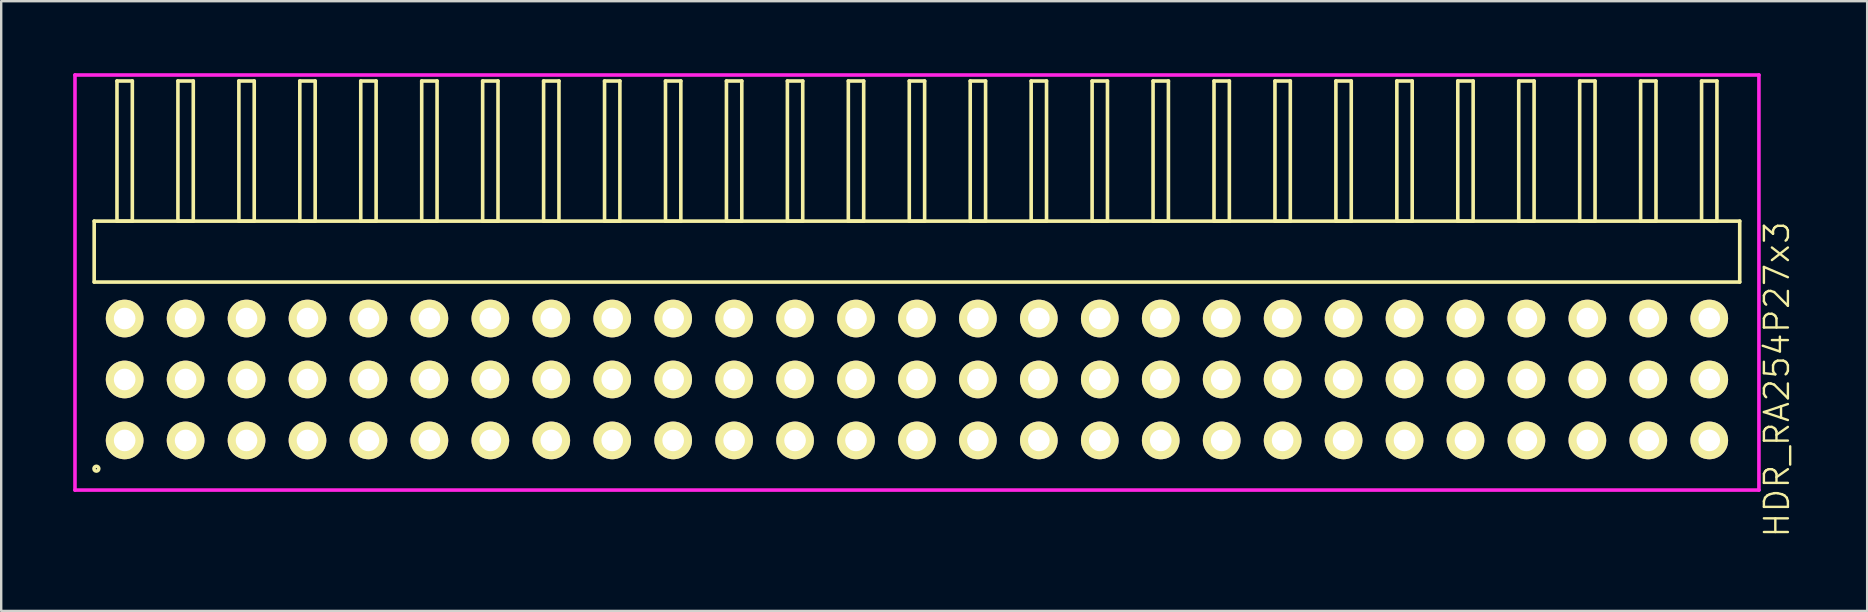
<source format=kicad_pcb>
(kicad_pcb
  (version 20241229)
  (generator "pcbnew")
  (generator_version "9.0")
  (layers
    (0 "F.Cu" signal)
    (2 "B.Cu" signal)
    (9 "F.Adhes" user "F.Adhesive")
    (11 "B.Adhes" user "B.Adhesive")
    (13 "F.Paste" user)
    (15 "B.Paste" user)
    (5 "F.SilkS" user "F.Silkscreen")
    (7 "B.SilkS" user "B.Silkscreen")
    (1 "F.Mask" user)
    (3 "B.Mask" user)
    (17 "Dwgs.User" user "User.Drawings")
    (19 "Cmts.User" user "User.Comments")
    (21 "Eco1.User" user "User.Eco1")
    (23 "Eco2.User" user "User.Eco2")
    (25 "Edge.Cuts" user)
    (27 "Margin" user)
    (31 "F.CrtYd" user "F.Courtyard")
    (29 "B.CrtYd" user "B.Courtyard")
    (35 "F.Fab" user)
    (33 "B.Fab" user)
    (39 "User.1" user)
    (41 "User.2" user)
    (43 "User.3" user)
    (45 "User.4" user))
  (footprint "HDR_RA254P27x3"
    (layer "F.Cu")
    (at 35.165 12.765)
    (property "Reference" "HDR_RA254P27x3" (at 35.84 0 90) (layer "F.SilkS") (effects (font (size 1 1) (thickness 0.1))))
    (attr through_hole)
    (fp_line (start -34.29 -6.6) (end -34.29 -4.06) (stroke (width 0.15) (type solid)) (layer "F.SilkS"))
    (fp_line (start -34.29 -4.06) (end 34.29 -4.06) (stroke (width 0.15) (type solid)) (layer "F.SilkS"))
    (fp_line (start -33.34 -12.44) (end -33.34 -6.6) (stroke (width 0.15) (type solid)) (layer "F.SilkS"))
    (fp_line (start -33.34 -6.6) (end -32.7 -6.6) (stroke (width 0.15) (type solid)) (layer "F.SilkS"))
    (fp_line (start -32.7 -12.44) (end -33.34 -12.44) (stroke (width 0.15) (type solid)) (layer "F.SilkS"))
    (fp_line (start -32.7 -6.6) (end -32.7 -12.44) (stroke (width 0.15) (type solid)) (layer "F.SilkS"))
    (fp_line (start -30.8 -12.44) (end -30.8 -6.6) (stroke (width 0.15) (type solid)) (layer "F.SilkS"))
    (fp_line (start -30.8 -6.6) (end -30.16 -6.6) (stroke (width 0.15) (type solid)) (layer "F.SilkS"))
    (fp_line (start -30.16 -12.44) (end -30.8 -12.44) (stroke (width 0.15) (type solid)) (layer "F.SilkS"))
    (fp_line (start -30.16 -6.6) (end -30.16 -12.44) (stroke (width 0.15) (type solid)) (layer "F.SilkS"))
    (fp_line (start -28.26 -12.44) (end -28.26 -6.6) (stroke (width 0.15) (type solid)) (layer "F.SilkS"))
    (fp_line (start -28.26 -6.6) (end -27.62 -6.6) (stroke (width 0.15) (type solid)) (layer "F.SilkS"))
    (fp_line (start -27.62 -12.44) (end -28.26 -12.44) (stroke (width 0.15) (type solid)) (layer "F.SilkS"))
    (fp_line (start -27.62 -6.6) (end -27.62 -12.44) (stroke (width 0.15) (type solid)) (layer "F.SilkS"))
    (fp_line (start -25.72 -12.44) (end -25.72 -6.6) (stroke (width 0.15) (type solid)) (layer "F.SilkS"))
    (fp_line (start -25.72 -6.6) (end -25.08 -6.6) (stroke (width 0.15) (type solid)) (layer "F.SilkS"))
    (fp_line (start -25.08 -12.44) (end -25.72 -12.44) (stroke (width 0.15) (type solid)) (layer "F.SilkS"))
    (fp_line (start -25.08 -6.6) (end -25.08 -12.44) (stroke (width 0.15) (type solid)) (layer "F.SilkS"))
    (fp_line (start -23.18 -12.44) (end -23.18 -6.6) (stroke (width 0.15) (type solid)) (layer "F.SilkS"))
    (fp_line (start -23.18 -6.6) (end -22.54 -6.6) (stroke (width 0.15) (type solid)) (layer "F.SilkS"))
    (fp_line (start -22.54 -12.44) (end -23.18 -12.44) (stroke (width 0.15) (type solid)) (layer "F.SilkS"))
    (fp_line (start -22.54 -6.6) (end -22.54 -12.44) (stroke (width 0.15) (type solid)) (layer "F.SilkS"))
    (fp_line (start -20.64 -12.44) (end -20.64 -6.6) (stroke (width 0.15) (type solid)) (layer "F.SilkS"))
    (fp_line (start -20.64 -6.6) (end -20 -6.6) (stroke (width 0.15) (type solid)) (layer "F.SilkS"))
    (fp_line (start -20 -12.44) (end -20.64 -12.44) (stroke (width 0.15) (type solid)) (layer "F.SilkS"))
    (fp_line (start -20 -6.6) (end -20 -12.44) (stroke (width 0.15) (type solid)) (layer "F.SilkS"))
    (fp_line (start -18.1 -12.44) (end -18.1 -6.6) (stroke (width 0.15) (type solid)) (layer "F.SilkS"))
    (fp_line (start -18.1 -6.6) (end -17.46 -6.6) (stroke (width 0.15) (type solid)) (layer "F.SilkS"))
    (fp_line (start -17.46 -12.44) (end -18.1 -12.44) (stroke (width 0.15) (type solid)) (layer "F.SilkS"))
    (fp_line (start -17.46 -6.6) (end -17.46 -12.44) (stroke (width 0.15) (type solid)) (layer "F.SilkS"))
    (fp_line (start -15.56 -12.44) (end -15.56 -6.6) (stroke (width 0.15) (type solid)) (layer "F.SilkS"))
    (fp_line (start -15.56 -6.6) (end -14.92 -6.6) (stroke (width 0.15) (type solid)) (layer "F.SilkS"))
    (fp_line (start -14.92 -12.44) (end -15.56 -12.44) (stroke (width 0.15) (type solid)) (layer "F.SilkS"))
    (fp_line (start -14.92 -6.6) (end -14.92 -12.44) (stroke (width 0.15) (type solid)) (layer "F.SilkS"))
    (fp_line (start -13.02 -12.44) (end -13.02 -6.6) (stroke (width 0.15) (type solid)) (layer "F.SilkS"))
    (fp_line (start -13.02 -6.6) (end -12.38 -6.6) (stroke (width 0.15) (type solid)) (layer "F.SilkS"))
    (fp_line (start -12.38 -12.44) (end -13.02 -12.44) (stroke (width 0.15) (type solid)) (layer "F.SilkS"))
    (fp_line (start -12.38 -6.6) (end -12.38 -12.44) (stroke (width 0.15) (type solid)) (layer "F.SilkS"))
    (fp_line (start -10.48 -12.44) (end -10.48 -6.6) (stroke (width 0.15) (type solid)) (layer "F.SilkS"))
    (fp_line (start -10.48 -6.6) (end -9.84 -6.6) (stroke (width 0.15) (type solid)) (layer "F.SilkS"))
    (fp_line (start -9.84 -12.44) (end -10.48 -12.44) (stroke (width 0.15) (type solid)) (layer "F.SilkS"))
    (fp_line (start -9.84 -6.6) (end -9.84 -12.44) (stroke (width 0.15) (type solid)) (layer "F.SilkS"))
    (fp_line (start -7.94 -12.44) (end -7.94 -6.6) (stroke (width 0.15) (type solid)) (layer "F.SilkS"))
    (fp_line (start -7.94 -6.6) (end -7.3 -6.6) (stroke (width 0.15) (type solid)) (layer "F.SilkS"))
    (fp_line (start -7.3 -12.44) (end -7.94 -12.44) (stroke (width 0.15) (type solid)) (layer "F.SilkS"))
    (fp_line (start -7.3 -6.6) (end -7.3 -12.44) (stroke (width 0.15) (type solid)) (layer "F.SilkS"))
    (fp_line (start -5.4 -12.44) (end -5.4 -6.6) (stroke (width 0.15) (type solid)) (layer "F.SilkS"))
    (fp_line (start -5.4 -6.6) (end -4.76 -6.6) (stroke (width 0.15) (type solid)) (layer "F.SilkS"))
    (fp_line (start -4.76 -12.44) (end -5.4 -12.44) (stroke (width 0.15) (type solid)) (layer "F.SilkS"))
    (fp_line (start -4.76 -6.6) (end -4.76 -12.44) (stroke (width 0.15) (type solid)) (layer "F.SilkS"))
    (fp_line (start -2.86 -12.44) (end -2.86 -6.6) (stroke (width 0.15) (type solid)) (layer "F.SilkS"))
    (fp_line (start -2.86 -6.6) (end -2.22 -6.6) (stroke (width 0.15) (type solid)) (layer "F.SilkS"))
    (fp_line (start -2.22 -12.44) (end -2.86 -12.44) (stroke (width 0.15) (type solid)) (layer "F.SilkS"))
    (fp_line (start -2.22 -6.6) (end -2.22 -12.44) (stroke (width 0.15) (type solid)) (layer "F.SilkS"))
    (fp_line (start -0.32 -12.44) (end -0.32 -6.6) (stroke (width 0.15) (type solid)) (layer "F.SilkS"))
    (fp_line (start -0.32 -6.6) (end 0.32 -6.6) (stroke (width 0.15) (type solid)) (layer "F.SilkS"))
    (fp_line (start 0.32 -12.44) (end -0.32 -12.44) (stroke (width 0.15) (type solid)) (layer "F.SilkS"))
    (fp_line (start 0.32 -6.6) (end 0.32 -12.44) (stroke (width 0.15) (type solid)) (layer "F.SilkS"))
    (fp_line (start 2.22 -12.44) (end 2.22 -6.6) (stroke (width 0.15) (type solid)) (layer "F.SilkS"))
    (fp_line (start 2.22 -6.6) (end 2.86 -6.6) (stroke (width 0.15) (type solid)) (layer "F.SilkS"))
    (fp_line (start 2.86 -12.44) (end 2.22 -12.44) (stroke (width 0.15) (type solid)) (layer "F.SilkS"))
    (fp_line (start 2.86 -6.6) (end 2.86 -12.44) (stroke (width 0.15) (type solid)) (layer "F.SilkS"))
    (fp_line (start 4.76 -12.44) (end 4.76 -6.6) (stroke (width 0.15) (type solid)) (layer "F.SilkS"))
    (fp_line (start 4.76 -6.6) (end 5.4 -6.6) (stroke (width 0.15) (type solid)) (layer "F.SilkS"))
    (fp_line (start 5.4 -12.44) (end 4.76 -12.44) (stroke (width 0.15) (type solid)) (layer "F.SilkS"))
    (fp_line (start 5.4 -6.6) (end 5.4 -12.44) (stroke (width 0.15) (type solid)) (layer "F.SilkS"))
    (fp_line (start 7.3 -12.44) (end 7.3 -6.6) (stroke (width 0.15) (type solid)) (layer "F.SilkS"))
    (fp_line (start 7.3 -6.6) (end 7.94 -6.6) (stroke (width 0.15) (type solid)) (layer "F.SilkS"))
    (fp_line (start 7.94 -12.44) (end 7.3 -12.44) (stroke (width 0.15) (type solid)) (layer "F.SilkS"))
    (fp_line (start 7.94 -6.6) (end 7.94 -12.44) (stroke (width 0.15) (type solid)) (layer "F.SilkS"))
    (fp_line (start 9.84 -12.44) (end 9.84 -6.6) (stroke (width 0.15) (type solid)) (layer "F.SilkS"))
    (fp_line (start 9.84 -6.6) (end 10.48 -6.6) (stroke (width 0.15) (type solid)) (layer "F.SilkS"))
    (fp_line (start 10.48 -12.44) (end 9.84 -12.44) (stroke (width 0.15) (type solid)) (layer "F.SilkS"))
    (fp_line (start 10.48 -6.6) (end 10.48 -12.44) (stroke (width 0.15) (type solid)) (layer "F.SilkS"))
    (fp_line (start 12.38 -12.44) (end 12.38 -6.6) (stroke (width 0.15) (type solid)) (layer "F.SilkS"))
    (fp_line (start 12.38 -6.6) (end 13.02 -6.6) (stroke (width 0.15) (type solid)) (layer "F.SilkS"))
    (fp_line (start 13.02 -12.44) (end 12.38 -12.44) (stroke (width 0.15) (type solid)) (layer "F.SilkS"))
    (fp_line (start 13.02 -6.6) (end 13.02 -12.44) (stroke (width 0.15) (type solid)) (layer "F.SilkS"))
    (fp_line (start 14.92 -12.44) (end 14.92 -6.6) (stroke (width 0.15) (type solid)) (layer "F.SilkS"))
    (fp_line (start 14.92 -6.6) (end 15.56 -6.6) (stroke (width 0.15) (type solid)) (layer "F.SilkS"))
    (fp_line (start 15.56 -12.44) (end 14.92 -12.44) (stroke (width 0.15) (type solid)) (layer "F.SilkS"))
    (fp_line (start 15.56 -6.6) (end 15.56 -12.44) (stroke (width 0.15) (type solid)) (layer "F.SilkS"))
    (fp_line (start 17.46 -12.44) (end 17.46 -6.6) (stroke (width 0.15) (type solid)) (layer "F.SilkS"))
    (fp_line (start 17.46 -6.6) (end 18.1 -6.6) (stroke (width 0.15) (type solid)) (layer "F.SilkS"))
    (fp_line (start 18.1 -12.44) (end 17.46 -12.44) (stroke (width 0.15) (type solid)) (layer "F.SilkS"))
    (fp_line (start 18.1 -6.6) (end 18.1 -12.44) (stroke (width 0.15) (type solid)) (layer "F.SilkS"))
    (fp_line (start 20 -12.44) (end 20 -6.6) (stroke (width 0.15) (type solid)) (layer "F.SilkS"))
    (fp_line (start 20 -6.6) (end 20.64 -6.6) (stroke (width 0.15) (type solid)) (layer "F.SilkS"))
    (fp_line (start 20.64 -12.44) (end 20 -12.44) (stroke (width 0.15) (type solid)) (layer "F.SilkS"))
    (fp_line (start 20.64 -6.6) (end 20.64 -12.44) (stroke (width 0.15) (type solid)) (layer "F.SilkS"))
    (fp_line (start 22.54 -12.44) (end 22.54 -6.6) (stroke (width 0.15) (type solid)) (layer "F.SilkS"))
    (fp_line (start 22.54 -6.6) (end 23.18 -6.6) (stroke (width 0.15) (type solid)) (layer "F.SilkS"))
    (fp_line (start 23.18 -12.44) (end 22.54 -12.44) (stroke (width 0.15) (type solid)) (layer "F.SilkS"))
    (fp_line (start 23.18 -6.6) (end 23.18 -12.44) (stroke (width 0.15) (type solid)) (layer "F.SilkS"))
    (fp_line (start 25.08 -12.44) (end 25.08 -6.6) (stroke (width 0.15) (type solid)) (layer "F.SilkS"))
    (fp_line (start 25.08 -6.6) (end 25.72 -6.6) (stroke (width 0.15) (type solid)) (layer "F.SilkS"))
    (fp_line (start 25.72 -12.44) (end 25.08 -12.44) (stroke (width 0.15) (type solid)) (layer "F.SilkS"))
    (fp_line (start 25.72 -6.6) (end 25.72 -12.44) (stroke (width 0.15) (type solid)) (layer "F.SilkS"))
    (fp_line (start 27.62 -12.44) (end 27.62 -6.6) (stroke (width 0.15) (type solid)) (layer "F.SilkS"))
    (fp_line (start 27.62 -6.6) (end 28.26 -6.6) (stroke (width 0.15) (type solid)) (layer "F.SilkS"))
    (fp_line (start 28.26 -12.44) (end 27.62 -12.44) (stroke (width 0.15) (type solid)) (layer "F.SilkS"))
    (fp_line (start 28.26 -6.6) (end 28.26 -12.44) (stroke (width 0.15) (type solid)) (layer "F.SilkS"))
    (fp_line (start 30.16 -12.44) (end 30.16 -6.6) (stroke (width 0.15) (type solid)) (layer "F.SilkS"))
    (fp_line (start 30.16 -6.6) (end 30.8 -6.6) (stroke (width 0.15) (type solid)) (layer "F.SilkS"))
    (fp_line (start 30.8 -12.44) (end 30.16 -12.44) (stroke (width 0.15) (type solid)) (layer "F.SilkS"))
    (fp_line (start 30.8 -6.6) (end 30.8 -12.44) (stroke (width 0.15) (type solid)) (layer "F.SilkS"))
    (fp_line (start 32.7 -12.44) (end 32.7 -6.6) (stroke (width 0.15) (type solid)) (layer "F.SilkS"))
    (fp_line (start 32.7 -6.6) (end 33.34 -6.6) (stroke (width 0.15) (type solid)) (layer "F.SilkS"))
    (fp_line (start 33.34 -12.44) (end 32.7 -12.44) (stroke (width 0.15) (type solid)) (layer "F.SilkS"))
    (fp_line (start 33.34 -6.6) (end 33.34 -12.44) (stroke (width 0.15) (type solid)) (layer "F.SilkS"))
    (fp_line (start 34.29 -6.6) (end -34.29 -6.6) (stroke (width 0.15) (type solid)) (layer "F.SilkS"))
    (fp_line (start 34.29 -4.06) (end 34.29 -6.6) (stroke (width 0.15) (type solid)) (layer "F.SilkS"))
    (fp_circle (center -34.198 3.718) (end -34.098 3.718) (stroke (width 0.15) (type solid)) (fill no) (layer "F.SilkS"))
    (fp_line (start -35.09 -12.69) (end -35.09 4.61) (stroke (width 0.15) (type solid)) (layer "F.CrtYd"))
    (fp_line (start -35.09 4.61) (end 35.09 4.61) (stroke (width 0.15) (type solid)) (layer "F.CrtYd"))
    (fp_line (start 35.09 -12.69) (end -35.09 -12.69) (stroke (width 0.15) (type solid)) (layer "F.CrtYd"))
    (fp_line (start 35.09 4.61) (end 35.09 -12.69) (stroke (width 0.15) (type solid)) (layer "F.CrtYd"))
    (pad "1" thru_hole oval (at -33.02 2.54) (size 1.57 1.57) (drill 0.9) (layers "*.Cu" "*.Mask" "F.SilkS"))
    (pad "2" thru_hole oval (at -33.02 0) (size 1.57 1.57) (drill 0.9) (layers "*.Cu" "*.Mask" "F.SilkS"))
    (pad "3" thru_hole oval (at -33.02 -2.54) (size 1.57 1.57) (drill 0.9) (layers "*.Cu" "*.Mask" "F.SilkS"))
    (pad "4" thru_hole oval (at -30.48 2.54) (size 1.57 1.57) (drill 0.9) (layers "*.Cu" "*.Mask" "F.SilkS"))
    (pad "5" thru_hole oval (at -30.48 0) (size 1.57 1.57) (drill 0.9) (layers "*.Cu" "*.Mask" "F.SilkS"))
    (pad "6" thru_hole oval (at -30.48 -2.54) (size 1.57 1.57) (drill 0.9) (layers "*.Cu" "*.Mask" "F.SilkS"))
    (pad "7" thru_hole oval (at -27.94 2.54) (size 1.57 1.57) (drill 0.9) (layers "*.Cu" "*.Mask" "F.SilkS"))
    (pad "8" thru_hole oval (at -27.94 0) (size 1.57 1.57) (drill 0.9) (layers "*.Cu" "*.Mask" "F.SilkS"))
    (pad "9" thru_hole oval (at -27.94 -2.54) (size 1.57 1.57) (drill 0.9) (layers "*.Cu" "*.Mask" "F.SilkS"))
    (pad "10" thru_hole oval (at -25.4 2.54) (size 1.57 1.57) (drill 0.9) (layers "*.Cu" "*.Mask" "F.SilkS"))
    (pad "11" thru_hole oval (at -25.4 0) (size 1.57 1.57) (drill 0.9) (layers "*.Cu" "*.Mask" "F.SilkS"))
    (pad "12" thru_hole oval (at -25.4 -2.54) (size 1.57 1.57) (drill 0.9) (layers "*.Cu" "*.Mask" "F.SilkS"))
    (pad "13" thru_hole oval (at -22.86 2.54) (size 1.57 1.57) (drill 0.9) (layers "*.Cu" "*.Mask" "F.SilkS"))
    (pad "14" thru_hole oval (at -22.86 0) (size 1.57 1.57) (drill 0.9) (layers "*.Cu" "*.Mask" "F.SilkS"))
    (pad "15" thru_hole oval (at -22.86 -2.54) (size 1.57 1.57) (drill 0.9) (layers "*.Cu" "*.Mask" "F.SilkS"))
    (pad "16" thru_hole oval (at -20.32 2.54) (size 1.57 1.57) (drill 0.9) (layers "*.Cu" "*.Mask" "F.SilkS"))
    (pad "17" thru_hole oval (at -20.32 0) (size 1.57 1.57) (drill 0.9) (layers "*.Cu" "*.Mask" "F.SilkS"))
    (pad "18" thru_hole oval (at -20.32 -2.54) (size 1.57 1.57) (drill 0.9) (layers "*.Cu" "*.Mask" "F.SilkS"))
    (pad "19" thru_hole oval (at -17.78 2.54) (size 1.57 1.57) (drill 0.9) (layers "*.Cu" "*.Mask" "F.SilkS"))
    (pad "20" thru_hole oval (at -17.78 0) (size 1.57 1.57) (drill 0.9) (layers "*.Cu" "*.Mask" "F.SilkS"))
    (pad "21" thru_hole oval (at -17.78 -2.54) (size 1.57 1.57) (drill 0.9) (layers "*.Cu" "*.Mask" "F.SilkS"))
    (pad "22" thru_hole oval (at -15.24 2.54) (size 1.57 1.57) (drill 0.9) (layers "*.Cu" "*.Mask" "F.SilkS"))
    (pad "23" thru_hole oval (at -15.24 0) (size 1.57 1.57) (drill 0.9) (layers "*.Cu" "*.Mask" "F.SilkS"))
    (pad "24" thru_hole oval (at -15.24 -2.54) (size 1.57 1.57) (drill 0.9) (layers "*.Cu" "*.Mask" "F.SilkS"))
    (pad "25" thru_hole oval (at -12.7 2.54) (size 1.57 1.57) (drill 0.9) (layers "*.Cu" "*.Mask" "F.SilkS"))
    (pad "26" thru_hole oval (at -12.7 0) (size 1.57 1.57) (drill 0.9) (layers "*.Cu" "*.Mask" "F.SilkS"))
    (pad "27" thru_hole oval (at -12.7 -2.54) (size 1.57 1.57) (drill 0.9) (layers "*.Cu" "*.Mask" "F.SilkS"))
    (pad "28" thru_hole oval (at -10.16 2.54) (size 1.57 1.57) (drill 0.9) (layers "*.Cu" "*.Mask" "F.SilkS"))
    (pad "29" thru_hole oval (at -10.16 0) (size 1.57 1.57) (drill 0.9) (layers "*.Cu" "*.Mask" "F.SilkS"))
    (pad "30" thru_hole oval (at -10.16 -2.54) (size 1.57 1.57) (drill 0.9) (layers "*.Cu" "*.Mask" "F.SilkS"))
    (pad "31" thru_hole oval (at -7.62 2.54) (size 1.57 1.57) (drill 0.9) (layers "*.Cu" "*.Mask" "F.SilkS"))
    (pad "32" thru_hole oval (at -7.62 0) (size 1.57 1.57) (drill 0.9) (layers "*.Cu" "*.Mask" "F.SilkS"))
    (pad "33" thru_hole oval (at -7.62 -2.54) (size 1.57 1.57) (drill 0.9) (layers "*.Cu" "*.Mask" "F.SilkS"))
    (pad "34" thru_hole oval (at -5.08 2.54) (size 1.57 1.57) (drill 0.9) (layers "*.Cu" "*.Mask" "F.SilkS"))
    (pad "35" thru_hole oval (at -5.08 0) (size 1.57 1.57) (drill 0.9) (layers "*.Cu" "*.Mask" "F.SilkS"))
    (pad "36" thru_hole oval (at -5.08 -2.54) (size 1.57 1.57) (drill 0.9) (layers "*.Cu" "*.Mask" "F.SilkS"))
    (pad "37" thru_hole oval (at -2.54 2.54) (size 1.57 1.57) (drill 0.9) (layers "*.Cu" "*.Mask" "F.SilkS"))
    (pad "38" thru_hole oval (at -2.54 0) (size 1.57 1.57) (drill 0.9) (layers "*.Cu" "*.Mask" "F.SilkS"))
    (pad "39" thru_hole oval (at -2.54 -2.54) (size 1.57 1.57) (drill 0.9) (layers "*.Cu" "*.Mask" "F.SilkS"))
    (pad "40" thru_hole oval (at 0 2.54) (size 1.57 1.57) (drill 0.9) (layers "*.Cu" "*.Mask" "F.SilkS"))
    (pad "41" thru_hole oval (at 0 0) (size 1.57 1.57) (drill 0.9) (layers "*.Cu" "*.Mask" "F.SilkS"))
    (pad "42" thru_hole oval (at 0 -2.54) (size 1.57 1.57) (drill 0.9) (layers "*.Cu" "*.Mask" "F.SilkS"))
    (pad "43" thru_hole oval (at 2.54 2.54) (size 1.57 1.57) (drill 0.9) (layers "*.Cu" "*.Mask" "F.SilkS"))
    (pad "44" thru_hole oval (at 2.54 0) (size 1.57 1.57) (drill 0.9) (layers "*.Cu" "*.Mask" "F.SilkS"))
    (pad "45" thru_hole oval (at 2.54 -2.54) (size 1.57 1.57) (drill 0.9) (layers "*.Cu" "*.Mask" "F.SilkS"))
    (pad "46" thru_hole oval (at 5.08 2.54) (size 1.57 1.57) (drill 0.9) (layers "*.Cu" "*.Mask" "F.SilkS"))
    (pad "47" thru_hole oval (at 5.08 0) (size 1.57 1.57) (drill 0.9) (layers "*.Cu" "*.Mask" "F.SilkS"))
    (pad "48" thru_hole oval (at 5.08 -2.54) (size 1.57 1.57) (drill 0.9) (layers "*.Cu" "*.Mask" "F.SilkS"))
    (pad "49" thru_hole oval (at 7.62 2.54) (size 1.57 1.57) (drill 0.9) (layers "*.Cu" "*.Mask" "F.SilkS"))
    (pad "50" thru_hole oval (at 7.62 0) (size 1.57 1.57) (drill 0.9) (layers "*.Cu" "*.Mask" "F.SilkS"))
    (pad "51" thru_hole oval (at 7.62 -2.54) (size 1.57 1.57) (drill 0.9) (layers "*.Cu" "*.Mask" "F.SilkS"))
    (pad "52" thru_hole oval (at 10.16 2.54) (size 1.57 1.57) (drill 0.9) (layers "*.Cu" "*.Mask" "F.SilkS"))
    (pad "53" thru_hole oval (at 10.16 0) (size 1.57 1.57) (drill 0.9) (layers "*.Cu" "*.Mask" "F.SilkS"))
    (pad "54" thru_hole oval (at 10.16 -2.54) (size 1.57 1.57) (drill 0.9) (layers "*.Cu" "*.Mask" "F.SilkS"))
    (pad "55" thru_hole oval (at 12.7 2.54) (size 1.57 1.57) (drill 0.9) (layers "*.Cu" "*.Mask" "F.SilkS"))
    (pad "56" thru_hole oval (at 12.7 0) (size 1.57 1.57) (drill 0.9) (layers "*.Cu" "*.Mask" "F.SilkS"))
    (pad "57" thru_hole oval (at 12.7 -2.54) (size 1.57 1.57) (drill 0.9) (layers "*.Cu" "*.Mask" "F.SilkS"))
    (pad "58" thru_hole oval (at 15.24 2.54) (size 1.57 1.57) (drill 0.9) (layers "*.Cu" "*.Mask" "F.SilkS"))
    (pad "59" thru_hole oval (at 15.24 0) (size 1.57 1.57) (drill 0.9) (layers "*.Cu" "*.Mask" "F.SilkS"))
    (pad "60" thru_hole oval (at 15.24 -2.54) (size 1.57 1.57) (drill 0.9) (layers "*.Cu" "*.Mask" "F.SilkS"))
    (pad "61" thru_hole oval (at 17.78 2.54) (size 1.57 1.57) (drill 0.9) (layers "*.Cu" "*.Mask" "F.SilkS"))
    (pad "62" thru_hole oval (at 17.78 0) (size 1.57 1.57) (drill 0.9) (layers "*.Cu" "*.Mask" "F.SilkS"))
    (pad "63" thru_hole oval (at 17.78 -2.54) (size 1.57 1.57) (drill 0.9) (layers "*.Cu" "*.Mask" "F.SilkS"))
    (pad "64" thru_hole oval (at 20.32 2.54) (size 1.57 1.57) (drill 0.9) (layers "*.Cu" "*.Mask" "F.SilkS"))
    (pad "65" thru_hole oval (at 20.32 0) (size 1.57 1.57) (drill 0.9) (layers "*.Cu" "*.Mask" "F.SilkS"))
    (pad "66" thru_hole oval (at 20.32 -2.54) (size 1.57 1.57) (drill 0.9) (layers "*.Cu" "*.Mask" "F.SilkS"))
    (pad "67" thru_hole oval (at 22.86 2.54) (size 1.57 1.57) (drill 0.9) (layers "*.Cu" "*.Mask" "F.SilkS"))
    (pad "68" thru_hole oval (at 22.86 0) (size 1.57 1.57) (drill 0.9) (layers "*.Cu" "*.Mask" "F.SilkS"))
    (pad "69" thru_hole oval (at 22.86 -2.54) (size 1.57 1.57) (drill 0.9) (layers "*.Cu" "*.Mask" "F.SilkS"))
    (pad "70" thru_hole oval (at 25.4 2.54) (size 1.57 1.57) (drill 0.9) (layers "*.Cu" "*.Mask" "F.SilkS"))
    (pad "71" thru_hole oval (at 25.4 0) (size 1.57 1.57) (drill 0.9) (layers "*.Cu" "*.Mask" "F.SilkS"))
    (pad "72" thru_hole oval (at 25.4 -2.54) (size 1.57 1.57) (drill 0.9) (layers "*.Cu" "*.Mask" "F.SilkS"))
    (pad "73" thru_hole oval (at 27.94 2.54) (size 1.57 1.57) (drill 0.9) (layers "*.Cu" "*.Mask" "F.SilkS"))
    (pad "74" thru_hole oval (at 27.94 0) (size 1.57 1.57) (drill 0.9) (layers "*.Cu" "*.Mask" "F.SilkS"))
    (pad "75" thru_hole oval (at 27.94 -2.54) (size 1.57 1.57) (drill 0.9) (layers "*.Cu" "*.Mask" "F.SilkS"))
    (pad "76" thru_hole oval (at 30.48 2.54) (size 1.57 1.57) (drill 0.9) (layers "*.Cu" "*.Mask" "F.SilkS"))
    (pad "77" thru_hole oval (at 30.48 0) (size 1.57 1.57) (drill 0.9) (layers "*.Cu" "*.Mask" "F.SilkS"))
    (pad "78" thru_hole oval (at 30.48 -2.54) (size 1.57 1.57) (drill 0.9) (layers "*.Cu" "*.Mask" "F.SilkS"))
    (pad "79" thru_hole oval (at 33.02 2.54) (size 1.57 1.57) (drill 0.9) (layers "*.Cu" "*.Mask" "F.SilkS"))
    (pad "80" thru_hole oval (at 33.02 0) (size 1.57 1.57) (drill 0.9) (layers "*.Cu" "*.Mask" "F.SilkS"))
    (pad "81" thru_hole oval (at 33.02 -2.54) (size 1.57 1.57) (drill 0.9) (layers "*.Cu" "*.Mask" "F.SilkS")))
  (gr_rect
    (start -3 -3)
    (end 74.766 22.41)
    (stroke (width 0.1) (type default))
    (fill no)
    (layer "Edge.Cuts")))
</source>
